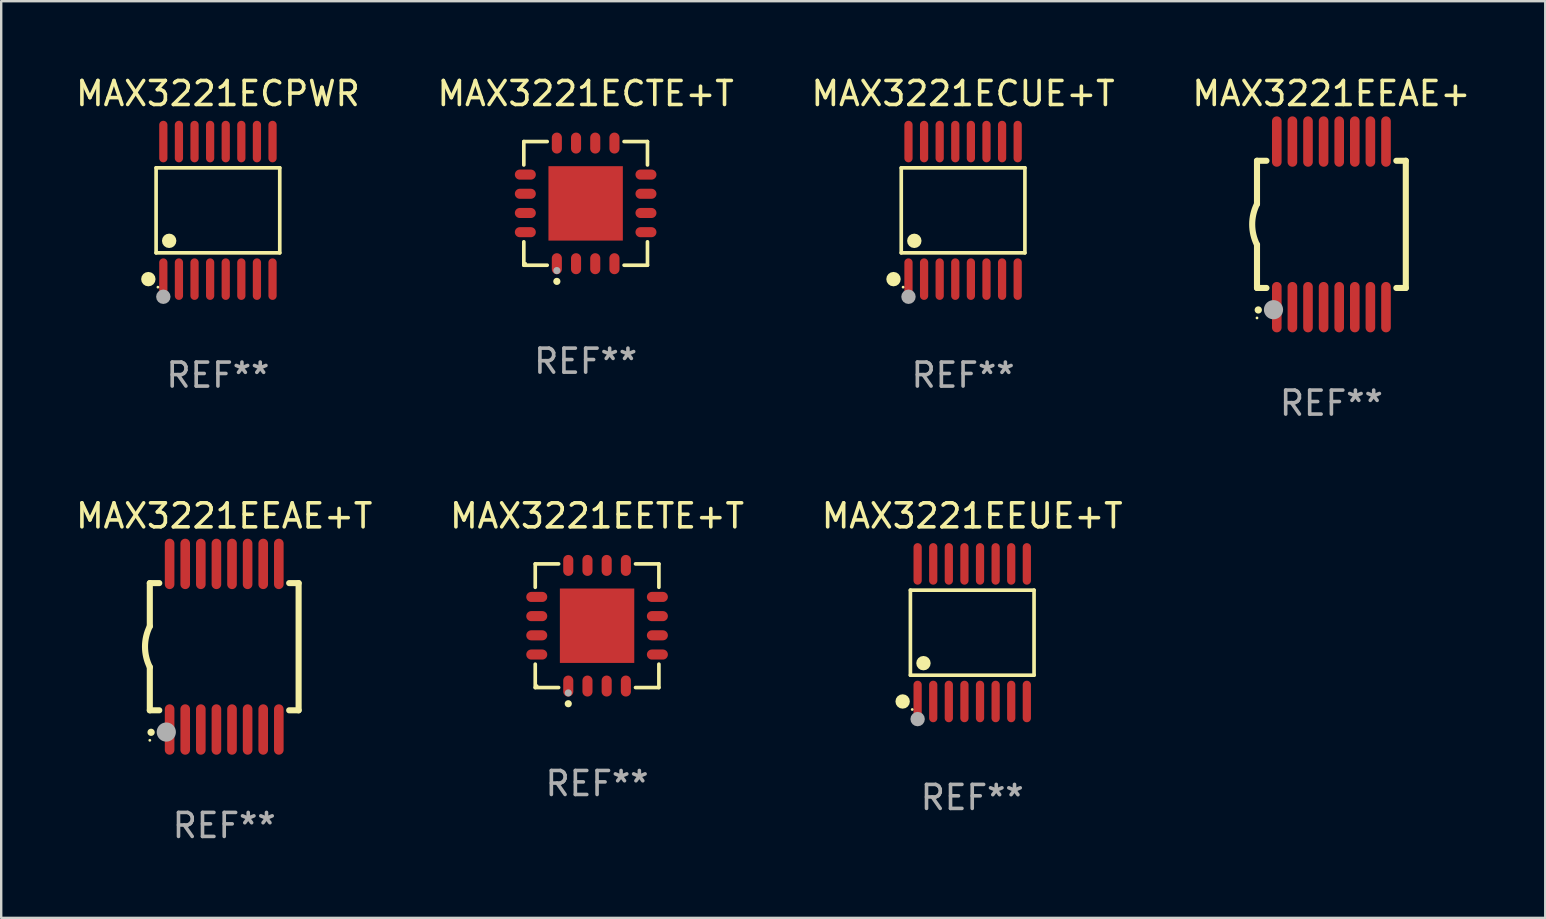
<source format=kicad_pcb>
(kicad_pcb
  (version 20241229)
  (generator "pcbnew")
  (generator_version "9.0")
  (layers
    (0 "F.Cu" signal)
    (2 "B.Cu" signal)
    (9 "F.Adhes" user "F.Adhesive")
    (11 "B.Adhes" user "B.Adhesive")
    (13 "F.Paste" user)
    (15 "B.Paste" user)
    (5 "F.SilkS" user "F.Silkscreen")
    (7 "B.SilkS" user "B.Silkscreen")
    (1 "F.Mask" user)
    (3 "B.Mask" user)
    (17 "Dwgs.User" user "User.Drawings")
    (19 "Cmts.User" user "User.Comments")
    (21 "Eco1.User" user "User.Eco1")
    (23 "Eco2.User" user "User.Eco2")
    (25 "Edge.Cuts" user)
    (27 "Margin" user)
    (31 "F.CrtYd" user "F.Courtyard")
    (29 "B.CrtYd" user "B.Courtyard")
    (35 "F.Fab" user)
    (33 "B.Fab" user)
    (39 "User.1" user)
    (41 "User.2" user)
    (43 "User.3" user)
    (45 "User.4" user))
  (footprint "MAX3221ECPWR"
    (layer "F.Cu")
    (at 6.03 5.714)
    (property "Reference" "MAX3221ECPWR" (at 0 -4.866 0) (layer "F.SilkS") (effects (font (size 1 1) (thickness 0.15))))
    (attr through_hole)
    (fp_line (start -2.576 -1.772) (end 2.576 -1.772) (stroke (width 0.152) (type solid)) (layer "F.SilkS"))
    (fp_line (start -2.576 1.771) (end -2.576 -1.772) (stroke (width 0.152) (type solid)) (layer "F.SilkS"))
    (fp_line (start 2.576 -1.772) (end 2.576 1.771) (stroke (width 0.152) (type solid)) (layer "F.SilkS"))
    (fp_line (start 2.576 1.771) (end -2.576 1.771) (stroke (width 0.152) (type solid)) (layer "F.SilkS"))
    (fp_circle (center -2.899 2.866) (end -2.749 2.866) (stroke (width 0.3) (type solid)) (fill no) (layer "F.SilkS"))
    (fp_circle (center -2.5 3.2) (end -2.47 3.2) (stroke (width 0.06) (type solid)) (fill no) (layer "F.SilkS"))
    (fp_circle (center -2.032 1.27) (end -1.882 1.27) (stroke (width 0.3) (type solid)) (fill no) (layer "F.SilkS"))
    (fp_circle (center -2.275 3.6) (end -2.125 3.6) (stroke (width 0.3) (type solid)) (fill no) (layer "F.Fab"))
    (fp_text user "REF**" (at 0 6.866 0) (layer "F.Fab") (effects (font (size 1 1) (thickness 0.15))))
    (pad "1" smd oval (at -2.275 2.866) (size 0.343 1.731) (layers "F.Cu" "F.Mask" "F.Paste"))
    (pad "2" smd oval (at -1.625 2.866) (size 0.343 1.731) (layers "F.Cu" "F.Mask" "F.Paste"))
    (pad "3" smd oval (at -0.975 2.866) (size 0.343 1.731) (layers "F.Cu" "F.Mask" "F.Paste"))
    (pad "4" smd oval (at -0.325 2.866) (size 0.343 1.731) (layers "F.Cu" "F.Mask" "F.Paste"))
    (pad "5" smd oval (at 0.325 2.866) (size 0.343 1.731) (layers "F.Cu" "F.Mask" "F.Paste"))
    (pad "6" smd oval (at 0.975 2.866) (size 0.343 1.731) (layers "F.Cu" "F.Mask" "F.Paste"))
    (pad "7" smd oval (at 1.625 2.866) (size 0.343 1.731) (layers "F.Cu" "F.Mask" "F.Paste"))
    (pad "8" smd oval (at 2.275 2.866) (size 0.343 1.731) (layers "F.Cu" "F.Mask" "F.Paste"))
    (pad "9" smd oval (at 2.275 -2.866) (size 0.343 1.731) (layers "F.Cu" "F.Mask" "F.Paste"))
    (pad "10" smd oval (at 1.625 -2.866) (size 0.343 1.731) (layers "F.Cu" "F.Mask" "F.Paste"))
    (pad "11" smd oval (at 0.975 -2.866) (size 0.343 1.731) (layers "F.Cu" "F.Mask" "F.Paste"))
    (pad "12" smd oval (at 0.325 -2.866) (size 0.343 1.731) (layers "F.Cu" "F.Mask" "F.Paste"))
    (pad "13" smd oval (at -0.325 -2.866) (size 0.343 1.731) (layers "F.Cu" "F.Mask" "F.Paste"))
    (pad "14" smd oval (at -0.975 -2.866) (size 0.343 1.731) (layers "F.Cu" "F.Mask" "F.Paste"))
    (pad "15" smd oval (at -1.625 -2.866) (size 0.343 1.731) (layers "F.Cu" "F.Mask" "F.Paste"))
    (pad "16" smd oval (at -2.275 -2.866) (size 0.343 1.731) (layers "F.Cu" "F.Mask" "F.Paste")))
  (footprint "MAX3221ECUE+T"
    (layer "F.Cu")
    (at 37.077 5.714)
    (property "Reference" "MAX3221ECUE+T" (at 0 -4.866 0) (layer "F.SilkS") (effects (font (size 1 1) (thickness 0.15))))
    (attr through_hole)
    (fp_line (start -2.576 -1.772) (end 2.576 -1.772) (stroke (width 0.152) (type solid)) (layer "F.SilkS"))
    (fp_line (start -2.576 1.771) (end -2.576 -1.772) (stroke (width 0.152) (type solid)) (layer "F.SilkS"))
    (fp_line (start 2.576 -1.772) (end 2.576 1.771) (stroke (width 0.152) (type solid)) (layer "F.SilkS"))
    (fp_line (start 2.576 1.771) (end -2.576 1.771) (stroke (width 0.152) (type solid)) (layer "F.SilkS"))
    (fp_circle (center -2.899 2.866) (end -2.749 2.866) (stroke (width 0.3) (type solid)) (fill no) (layer "F.SilkS"))
    (fp_circle (center -2.5 3.2) (end -2.47 3.2) (stroke (width 0.06) (type solid)) (fill no) (layer "F.SilkS"))
    (fp_circle (center -2.032 1.27) (end -1.882 1.27) (stroke (width 0.3) (type solid)) (fill no) (layer "F.SilkS"))
    (fp_circle (center -2.275 3.6) (end -2.125 3.6) (stroke (width 0.3) (type solid)) (fill no) (layer "F.Fab"))
    (fp_text user "REF**" (at 0 6.866 0) (layer "F.Fab") (effects (font (size 1 1) (thickness 0.15))))
    (pad "1" smd oval (at -2.275 2.866) (size 0.343 1.731) (layers "F.Cu" "F.Mask" "F.Paste"))
    (pad "2" smd oval (at -1.625 2.866) (size 0.343 1.731) (layers "F.Cu" "F.Mask" "F.Paste"))
    (pad "3" smd oval (at -0.975 2.866) (size 0.343 1.731) (layers "F.Cu" "F.Mask" "F.Paste"))
    (pad "4" smd oval (at -0.325 2.866) (size 0.343 1.731) (layers "F.Cu" "F.Mask" "F.Paste"))
    (pad "5" smd oval (at 0.325 2.866) (size 0.343 1.731) (layers "F.Cu" "F.Mask" "F.Paste"))
    (pad "6" smd oval (at 0.975 2.866) (size 0.343 1.731) (layers "F.Cu" "F.Mask" "F.Paste"))
    (pad "7" smd oval (at 1.625 2.866) (size 0.343 1.731) (layers "F.Cu" "F.Mask" "F.Paste"))
    (pad "8" smd oval (at 2.275 2.866) (size 0.343 1.731) (layers "F.Cu" "F.Mask" "F.Paste"))
    (pad "9" smd oval (at 2.275 -2.866) (size 0.343 1.731) (layers "F.Cu" "F.Mask" "F.Paste"))
    (pad "10" smd oval (at 1.625 -2.866) (size 0.343 1.731) (layers "F.Cu" "F.Mask" "F.Paste"))
    (pad "11" smd oval (at 0.975 -2.866) (size 0.343 1.731) (layers "F.Cu" "F.Mask" "F.Paste"))
    (pad "12" smd oval (at 0.325 -2.866) (size 0.343 1.731) (layers "F.Cu" "F.Mask" "F.Paste"))
    (pad "13" smd oval (at -0.325 -2.866) (size 0.343 1.731) (layers "F.Cu" "F.Mask" "F.Paste"))
    (pad "14" smd oval (at -0.975 -2.866) (size 0.343 1.731) (layers "F.Cu" "F.Mask" "F.Paste"))
    (pad "15" smd oval (at -1.625 -2.866) (size 0.343 1.731) (layers "F.Cu" "F.Mask" "F.Paste"))
    (pad "16" smd oval (at -2.275 -2.866) (size 0.343 1.731) (layers "F.Cu" "F.Mask" "F.Paste")))
  (footprint "MAX3221ECTE+T"
    (layer "F.Cu")
    (at 21.351 5.424)
    (property "Reference" "MAX3221ECTE+T" (at 0 -4.576 0) (layer "F.SilkS") (effects (font (size 1 1) (thickness 0.15))))
    (attr through_hole)
    (fp_line (start -2.576 -2.576) (end -1.601 -2.576) (stroke (width 0.152) (type solid)) (layer "F.SilkS"))
    (fp_line (start -2.576 -1.601) (end -2.576 -2.576) (stroke (width 0.152) (type solid)) (layer "F.SilkS"))
    (fp_line (start -2.576 1.601) (end -2.576 2.576) (stroke (width 0.152) (type solid)) (layer "F.SilkS"))
    (fp_line (start -2.576 2.576) (end -1.601 2.576) (stroke (width 0.152) (type solid)) (layer "F.SilkS"))
    (fp_line (start 2.576 -2.576) (end 1.601 -2.576) (stroke (width 0.152) (type solid)) (layer "F.SilkS"))
    (fp_line (start 2.576 -1.601) (end 2.576 -2.576) (stroke (width 0.152) (type solid)) (layer "F.SilkS"))
    (fp_line (start 2.576 1.601) (end 2.576 2.576) (stroke (width 0.152) (type solid)) (layer "F.SilkS"))
    (fp_line (start 2.576 2.576) (end 1.601 2.576) (stroke (width 0.152) (type solid)) (layer "F.SilkS"))
    (fp_circle (center -2.5 2.5) (end -2.47 2.5) (stroke (width 0.06) (type solid)) (fill no) (layer "F.SilkS"))
    (fp_circle (center -1.2 3.25) (end -1.125 3.25) (stroke (width 0.15) (type solid)) (fill no) (layer "F.SilkS"))
    (fp_circle (center -1.2 2.8) (end -1.125 2.8) (stroke (width 0.15) (type solid)) (fill no) (layer "F.Fab"))
    (fp_text user "REF**" (at 0 6.576 0) (layer "F.Fab") (effects (font (size 1 1) (thickness 0.15))))
    (pad "1" smd oval (at -1.2 2.513) (size 0.42 0.875) (layers "F.Cu" "F.Mask" "F.Paste"))
    (pad "2" smd oval (at -0.4 2.513) (size 0.42 0.875) (layers "F.Cu" "F.Mask" "F.Paste"))
    (pad "3" smd oval (at 0.4 2.513) (size 0.42 0.875) (layers "F.Cu" "F.Mask" "F.Paste"))
    (pad "4" smd oval (at 1.2 2.513) (size 0.42 0.875) (layers "F.Cu" "F.Mask" "F.Paste"))
    (pad "5" smd oval (at 2.513 1.2) (size 0.875 0.42) (layers "F.Cu" "F.Mask" "F.Paste"))
    (pad "6" smd oval (at 2.513 0.4) (size 0.875 0.42) (layers "F.Cu" "F.Mask" "F.Paste"))
    (pad "7" smd oval (at 2.513 -0.4) (size 0.875 0.42) (layers "F.Cu" "F.Mask" "F.Paste"))
    (pad "8" smd oval (at 2.513 -1.2) (size 0.875 0.42) (layers "F.Cu" "F.Mask" "F.Paste"))
    (pad "9" smd oval (at 1.2 -2.513) (size 0.42 0.875) (layers "F.Cu" "F.Mask" "F.Paste"))
    (pad "10" smd oval (at 0.4 -2.513) (size 0.42 0.875) (layers "F.Cu" "F.Mask" "F.Paste"))
    (pad "11" smd oval (at -0.4 -2.513) (size 0.42 0.875) (layers "F.Cu" "F.Mask" "F.Paste"))
    (pad "12" smd oval (at -1.2 -2.513) (size 0.42 0.875) (layers "F.Cu" "F.Mask" "F.Paste"))
    (pad "13" smd oval (at -2.513 -1.2) (size 0.875 0.42) (layers "F.Cu" "F.Mask" "F.Paste"))
    (pad "14" smd oval (at -2.513 -0.4) (size 0.875 0.42) (layers "F.Cu" "F.Mask" "F.Paste"))
    (pad "15" smd oval (at -2.513 0.4) (size 0.875 0.42) (layers "F.Cu" "F.Mask" "F.Paste"))
    (pad "16" smd oval (at -2.513 1.2) (size 0.875 0.42) (layers "F.Cu" "F.Mask" "F.Paste"))
    (pad "17" smd rect (at 0 0) (size 3.1 3.1) (layers "F.Cu" "F.Mask" "F.Paste")))
  (footprint "MAX3221EEAE+"
    (layer "F.Cu")
    (at 52.423 6.298)
    (property "Reference" "MAX3221EEAE+" (at 0 -5.45 0) (layer "F.SilkS") (effects (font (size 1 1) (thickness 0.15))))
    (attr through_hole)
    (fp_line (start -3.1 -2.65) (end -3.1 -0.85) (stroke (width 0.254) (type solid)) (layer "F.SilkS"))
    (fp_line (start -3.1 -2.65) (end -2.706 -2.65) (stroke (width 0.254) (type solid)) (layer "F.SilkS"))
    (fp_line (start -3.1 2.65) (end -3.1 0.85) (stroke (width 0.254) (type solid)) (layer "F.SilkS"))
    (fp_line (start -3.1 2.65) (end -2.706 2.65) (stroke (width 0.254) (type solid)) (layer "F.SilkS"))
    (fp_line (start 2.706 -2.65) (end 3.1 -2.65) (stroke (width 0.254) (type solid)) (layer "F.SilkS"))
    (fp_line (start 2.706 2.65) (end 3.1 2.65) (stroke (width 0.254) (type solid)) (layer "F.SilkS"))
    (fp_line (start 3.1 -2.65) (end 3.1 2.65) (stroke (width 0.254) (type solid)) (layer "F.SilkS"))
    (fp_arc (start -3.098907 0.850902) (mid -3.300057 0.000523) (end -3.1 -0.850114) (stroke (width 0.254001) (type solid)) (layer "F.SilkS"))
    (fp_arc (start -3.048006 3.566066) (mid -3.046736 3.566061) (end -3.045466 3.566066) (stroke (width 0.3) (type solid)) (layer "F.SilkS"))
    (fp_circle (center -3.1 3.9) (end -3.07 3.9) (stroke (width 0.06) (type solid)) (fill no) (layer "F.SilkS"))
    (fp_circle (center -2.413 3.556) (end -2.213 3.556) (stroke (width 0.4) (type solid)) (fill no) (layer "F.Fab"))
    (fp_text user "REF**" (at 0 7.45 0) (layer "F.Fab") (effects (font (size 1 1) (thickness 0.15))))
    (pad "1" smd oval (at -2.275 3.45 180) (size 0.4 2.1) (layers "F.Cu" "F.Mask" "F.Paste"))
    (pad "2" smd oval (at -1.625 3.45 180) (size 0.4 2.1) (layers "F.Cu" "F.Mask" "F.Paste"))
    (pad "3" smd oval (at -0.975 3.45 180) (size 0.4 2.1) (layers "F.Cu" "F.Mask" "F.Paste"))
    (pad "4" smd oval (at -0.325 3.45 180) (size 0.4 2.1) (layers "F.Cu" "F.Mask" "F.Paste"))
    (pad "5" smd oval (at 0.325 3.45 180) (size 0.4 2.1) (layers "F.Cu" "F.Mask" "F.Paste"))
    (pad "6" smd oval (at 0.975 3.45 180) (size 0.4 2.1) (layers "F.Cu" "F.Mask" "F.Paste"))
    (pad "7" smd oval (at 1.625 3.45 180) (size 0.4 2.1) (layers "F.Cu" "F.Mask" "F.Paste"))
    (pad "8" smd oval (at 2.275 3.45 180) (size 0.4 2.1) (layers "F.Cu" "F.Mask" "F.Paste"))
    (pad "9" smd oval (at 2.275 -3.45 180) (size 0.4 2.1) (layers "F.Cu" "F.Mask" "F.Paste"))
    (pad "10" smd oval (at 1.625 -3.45 180) (size 0.4 2.1) (layers "F.Cu" "F.Mask" "F.Paste"))
    (pad "11" smd oval (at 0.975 -3.45 180) (size 0.4 2.1) (layers "F.Cu" "F.Mask" "F.Paste"))
    (pad "12" smd oval (at 0.325 -3.45 180) (size 0.4 2.1) (layers "F.Cu" "F.Mask" "F.Paste"))
    (pad "13" smd oval (at -0.325 -3.45 180) (size 0.4 2.1) (layers "F.Cu" "F.Mask" "F.Paste"))
    (pad "14" smd oval (at -0.975 -3.45 180) (size 0.4 2.1) (layers "F.Cu" "F.Mask" "F.Paste"))
    (pad "15" smd oval (at -1.625 -3.45 180) (size 0.4 2.1) (layers "F.Cu" "F.Mask" "F.Paste"))
    (pad "16" smd oval (at -2.275 -3.45 180) (size 0.4 2.1) (layers "F.Cu" "F.Mask" "F.Paste")))
  (footprint "MAX3221EEAE+T"
    (layer "F.Cu")
    (at 6.292 23.895)
    (property "Reference" "MAX3221EEAE+T" (at 0 -5.45 0) (layer "F.SilkS") (effects (font (size 1 1) (thickness 0.15))))
    (attr through_hole)
    (fp_line (start -3.1 -2.65) (end -3.1 -0.85) (stroke (width 0.254) (type solid)) (layer "F.SilkS"))
    (fp_line (start -3.1 -2.65) (end -2.706 -2.65) (stroke (width 0.254) (type solid)) (layer "F.SilkS"))
    (fp_line (start -3.1 2.65) (end -3.1 0.85) (stroke (width 0.254) (type solid)) (layer "F.SilkS"))
    (fp_line (start -3.1 2.65) (end -2.706 2.65) (stroke (width 0.254) (type solid)) (layer "F.SilkS"))
    (fp_line (start 2.706 -2.65) (end 3.1 -2.65) (stroke (width 0.254) (type solid)) (layer "F.SilkS"))
    (fp_line (start 2.706 2.65) (end 3.1 2.65) (stroke (width 0.254) (type solid)) (layer "F.SilkS"))
    (fp_line (start 3.1 -2.65) (end 3.1 2.65) (stroke (width 0.254) (type solid)) (layer "F.SilkS"))
    (fp_arc (start -3.098907 0.850902) (mid -3.300057 0.000523) (end -3.1 -0.850114) (stroke (width 0.254001) (type solid)) (layer "F.SilkS"))
    (fp_arc (start -3.048006 3.566066) (mid -3.046736 3.566061) (end -3.045466 3.566066) (stroke (width 0.3) (type solid)) (layer "F.SilkS"))
    (fp_circle (center -3.1 3.9) (end -3.07 3.9) (stroke (width 0.06) (type solid)) (fill no) (layer "F.SilkS"))
    (fp_circle (center -2.413 3.556) (end -2.213 3.556) (stroke (width 0.4) (type solid)) (fill no) (layer "F.Fab"))
    (fp_text user "REF**" (at 0 7.45 0) (layer "F.Fab") (effects (font (size 1 1) (thickness 0.15))))
    (pad "1" smd oval (at -2.275 3.45 180) (size 0.4 2.1) (layers "F.Cu" "F.Mask" "F.Paste"))
    (pad "2" smd oval (at -1.625 3.45 180) (size 0.4 2.1) (layers "F.Cu" "F.Mask" "F.Paste"))
    (pad "3" smd oval (at -0.975 3.45 180) (size 0.4 2.1) (layers "F.Cu" "F.Mask" "F.Paste"))
    (pad "4" smd oval (at -0.325 3.45 180) (size 0.4 2.1) (layers "F.Cu" "F.Mask" "F.Paste"))
    (pad "5" smd oval (at 0.325 3.45 180) (size 0.4 2.1) (layers "F.Cu" "F.Mask" "F.Paste"))
    (pad "6" smd oval (at 0.975 3.45 180) (size 0.4 2.1) (layers "F.Cu" "F.Mask" "F.Paste"))
    (pad "7" smd oval (at 1.625 3.45 180) (size 0.4 2.1) (layers "F.Cu" "F.Mask" "F.Paste"))
    (pad "8" smd oval (at 2.275 3.45 180) (size 0.4 2.1) (layers "F.Cu" "F.Mask" "F.Paste"))
    (pad "9" smd oval (at 2.275 -3.45 180) (size 0.4 2.1) (layers "F.Cu" "F.Mask" "F.Paste"))
    (pad "10" smd oval (at 1.625 -3.45 180) (size 0.4 2.1) (layers "F.Cu" "F.Mask" "F.Paste"))
    (pad "11" smd oval (at 0.975 -3.45 180) (size 0.4 2.1) (layers "F.Cu" "F.Mask" "F.Paste"))
    (pad "12" smd oval (at 0.325 -3.45 180) (size 0.4 2.1) (layers "F.Cu" "F.Mask" "F.Paste"))
    (pad "13" smd oval (at -0.325 -3.45 180) (size 0.4 2.1) (layers "F.Cu" "F.Mask" "F.Paste"))
    (pad "14" smd oval (at -0.975 -3.45 180) (size 0.4 2.1) (layers "F.Cu" "F.Mask" "F.Paste"))
    (pad "15" smd oval (at -1.625 -3.45 180) (size 0.4 2.1) (layers "F.Cu" "F.Mask" "F.Paste"))
    (pad "16" smd oval (at -2.275 -3.45 180) (size 0.4 2.1) (layers "F.Cu" "F.Mask" "F.Paste")))
  (footprint "MAX3221EEUE+T"
    (layer "F.Cu")
    (at 37.458 23.311)
    (property "Reference" "MAX3221EEUE+T" (at 0 -4.866 0) (layer "F.SilkS") (effects (font (size 1 1) (thickness 0.15))))
    (attr through_hole)
    (fp_line (start -2.576 -1.772) (end 2.576 -1.772) (stroke (width 0.152) (type solid)) (layer "F.SilkS"))
    (fp_line (start -2.576 1.771) (end -2.576 -1.772) (stroke (width 0.152) (type solid)) (layer "F.SilkS"))
    (fp_line (start 2.576 -1.772) (end 2.576 1.771) (stroke (width 0.152) (type solid)) (layer "F.SilkS"))
    (fp_line (start 2.576 1.771) (end -2.576 1.771) (stroke (width 0.152) (type solid)) (layer "F.SilkS"))
    (fp_circle (center -2.899 2.866) (end -2.749 2.866) (stroke (width 0.3) (type solid)) (fill no) (layer "F.SilkS"))
    (fp_circle (center -2.5 3.2) (end -2.47 3.2) (stroke (width 0.06) (type solid)) (fill no) (layer "F.SilkS"))
    (fp_circle (center -2.032 1.27) (end -1.882 1.27) (stroke (width 0.3) (type solid)) (fill no) (layer "F.SilkS"))
    (fp_circle (center -2.275 3.6) (end -2.125 3.6) (stroke (width 0.3) (type solid)) (fill no) (layer "F.Fab"))
    (fp_text user "REF**" (at 0 6.866 0) (layer "F.Fab") (effects (font (size 1 1) (thickness 0.15))))
    (pad "1" smd oval (at -2.275 2.866) (size 0.343 1.731) (layers "F.Cu" "F.Mask" "F.Paste"))
    (pad "2" smd oval (at -1.625 2.866) (size 0.343 1.731) (layers "F.Cu" "F.Mask" "F.Paste"))
    (pad "3" smd oval (at -0.975 2.866) (size 0.343 1.731) (layers "F.Cu" "F.Mask" "F.Paste"))
    (pad "4" smd oval (at -0.325 2.866) (size 0.343 1.731) (layers "F.Cu" "F.Mask" "F.Paste"))
    (pad "5" smd oval (at 0.325 2.866) (size 0.343 1.731) (layers "F.Cu" "F.Mask" "F.Paste"))
    (pad "6" smd oval (at 0.975 2.866) (size 0.343 1.731) (layers "F.Cu" "F.Mask" "F.Paste"))
    (pad "7" smd oval (at 1.625 2.866) (size 0.343 1.731) (layers "F.Cu" "F.Mask" "F.Paste"))
    (pad "8" smd oval (at 2.275 2.866) (size 0.343 1.731) (layers "F.Cu" "F.Mask" "F.Paste"))
    (pad "9" smd oval (at 2.275 -2.866) (size 0.343 1.731) (layers "F.Cu" "F.Mask" "F.Paste"))
    (pad "10" smd oval (at 1.625 -2.866) (size 0.343 1.731) (layers "F.Cu" "F.Mask" "F.Paste"))
    (pad "11" smd oval (at 0.975 -2.866) (size 0.343 1.731) (layers "F.Cu" "F.Mask" "F.Paste"))
    (pad "12" smd oval (at 0.325 -2.866) (size 0.343 1.731) (layers "F.Cu" "F.Mask" "F.Paste"))
    (pad "13" smd oval (at -0.325 -2.866) (size 0.343 1.731) (layers "F.Cu" "F.Mask" "F.Paste"))
    (pad "14" smd oval (at -0.975 -2.866) (size 0.343 1.731) (layers "F.Cu" "F.Mask" "F.Paste"))
    (pad "15" smd oval (at -1.625 -2.866) (size 0.343 1.731) (layers "F.Cu" "F.Mask" "F.Paste"))
    (pad "16" smd oval (at -2.275 -2.866) (size 0.343 1.731) (layers "F.Cu" "F.Mask" "F.Paste")))
  (footprint "MAX3221EETE+T"
    (layer "F.Cu")
    (at 21.827 23.021)
    (property "Reference" "MAX3221EETE+T" (at 0 -4.576 0) (layer "F.SilkS") (effects (font (size 1 1) (thickness 0.15))))
    (attr through_hole)
    (fp_line (start -2.576 -2.576) (end -1.601 -2.576) (stroke (width 0.152) (type solid)) (layer "F.SilkS"))
    (fp_line (start -2.576 -1.601) (end -2.576 -2.576) (stroke (width 0.152) (type solid)) (layer "F.SilkS"))
    (fp_line (start -2.576 1.601) (end -2.576 2.576) (stroke (width 0.152) (type solid)) (layer "F.SilkS"))
    (fp_line (start -2.576 2.576) (end -1.601 2.576) (stroke (width 0.152) (type solid)) (layer "F.SilkS"))
    (fp_line (start 2.576 -2.576) (end 1.601 -2.576) (stroke (width 0.152) (type solid)) (layer "F.SilkS"))
    (fp_line (start 2.576 -1.601) (end 2.576 -2.576) (stroke (width 0.152) (type solid)) (layer "F.SilkS"))
    (fp_line (start 2.576 1.601) (end 2.576 2.576) (stroke (width 0.152) (type solid)) (layer "F.SilkS"))
    (fp_line (start 2.576 2.576) (end 1.601 2.576) (stroke (width 0.152) (type solid)) (layer "F.SilkS"))
    (fp_circle (center -2.5 2.5) (end -2.47 2.5) (stroke (width 0.06) (type solid)) (fill no) (layer "F.SilkS"))
    (fp_circle (center -1.2 3.25) (end -1.125 3.25) (stroke (width 0.15) (type solid)) (fill no) (layer "F.SilkS"))
    (fp_circle (center -1.2 2.8) (end -1.125 2.8) (stroke (width 0.15) (type solid)) (fill no) (layer "F.Fab"))
    (fp_text user "REF**" (at 0 6.576 0) (layer "F.Fab") (effects (font (size 1 1) (thickness 0.15))))
    (pad "1" smd oval (at -1.2 2.513) (size 0.42 0.875) (layers "F.Cu" "F.Mask" "F.Paste"))
    (pad "2" smd oval (at -0.4 2.513) (size 0.42 0.875) (layers "F.Cu" "F.Mask" "F.Paste"))
    (pad "3" smd oval (at 0.4 2.513) (size 0.42 0.875) (layers "F.Cu" "F.Mask" "F.Paste"))
    (pad "4" smd oval (at 1.2 2.513) (size 0.42 0.875) (layers "F.Cu" "F.Mask" "F.Paste"))
    (pad "5" smd oval (at 2.513 1.2) (size 0.875 0.42) (layers "F.Cu" "F.Mask" "F.Paste"))
    (pad "6" smd oval (at 2.513 0.4) (size 0.875 0.42) (layers "F.Cu" "F.Mask" "F.Paste"))
    (pad "7" smd oval (at 2.513 -0.4) (size 0.875 0.42) (layers "F.Cu" "F.Mask" "F.Paste"))
    (pad "8" smd oval (at 2.513 -1.2) (size 0.875 0.42) (layers "F.Cu" "F.Mask" "F.Paste"))
    (pad "9" smd oval (at 1.2 -2.513) (size 0.42 0.875) (layers "F.Cu" "F.Mask" "F.Paste"))
    (pad "10" smd oval (at 0.4 -2.513) (size 0.42 0.875) (layers "F.Cu" "F.Mask" "F.Paste"))
    (pad "11" smd oval (at -0.4 -2.513) (size 0.42 0.875) (layers "F.Cu" "F.Mask" "F.Paste"))
    (pad "12" smd oval (at -1.2 -2.513) (size 0.42 0.875) (layers "F.Cu" "F.Mask" "F.Paste"))
    (pad "13" smd oval (at -2.513 -1.2) (size 0.875 0.42) (layers "F.Cu" "F.Mask" "F.Paste"))
    (pad "14" smd oval (at -2.513 -0.4) (size 0.875 0.42) (layers "F.Cu" "F.Mask" "F.Paste"))
    (pad "15" smd oval (at -2.513 0.4) (size 0.875 0.42) (layers "F.Cu" "F.Mask" "F.Paste"))
    (pad "16" smd oval (at -2.513 1.2) (size 0.875 0.42) (layers "F.Cu" "F.Mask" "F.Paste"))
    (pad "17" smd rect (at 0 0) (size 3.1 3.1) (layers "F.Cu" "F.Mask" "F.Paste")))
  (gr_rect
    (start -3 -3)
    (end 61.333 35.193)
    (stroke (width 0.1) (type default))
    (fill no)
    (layer "Edge.Cuts")))
</source>
